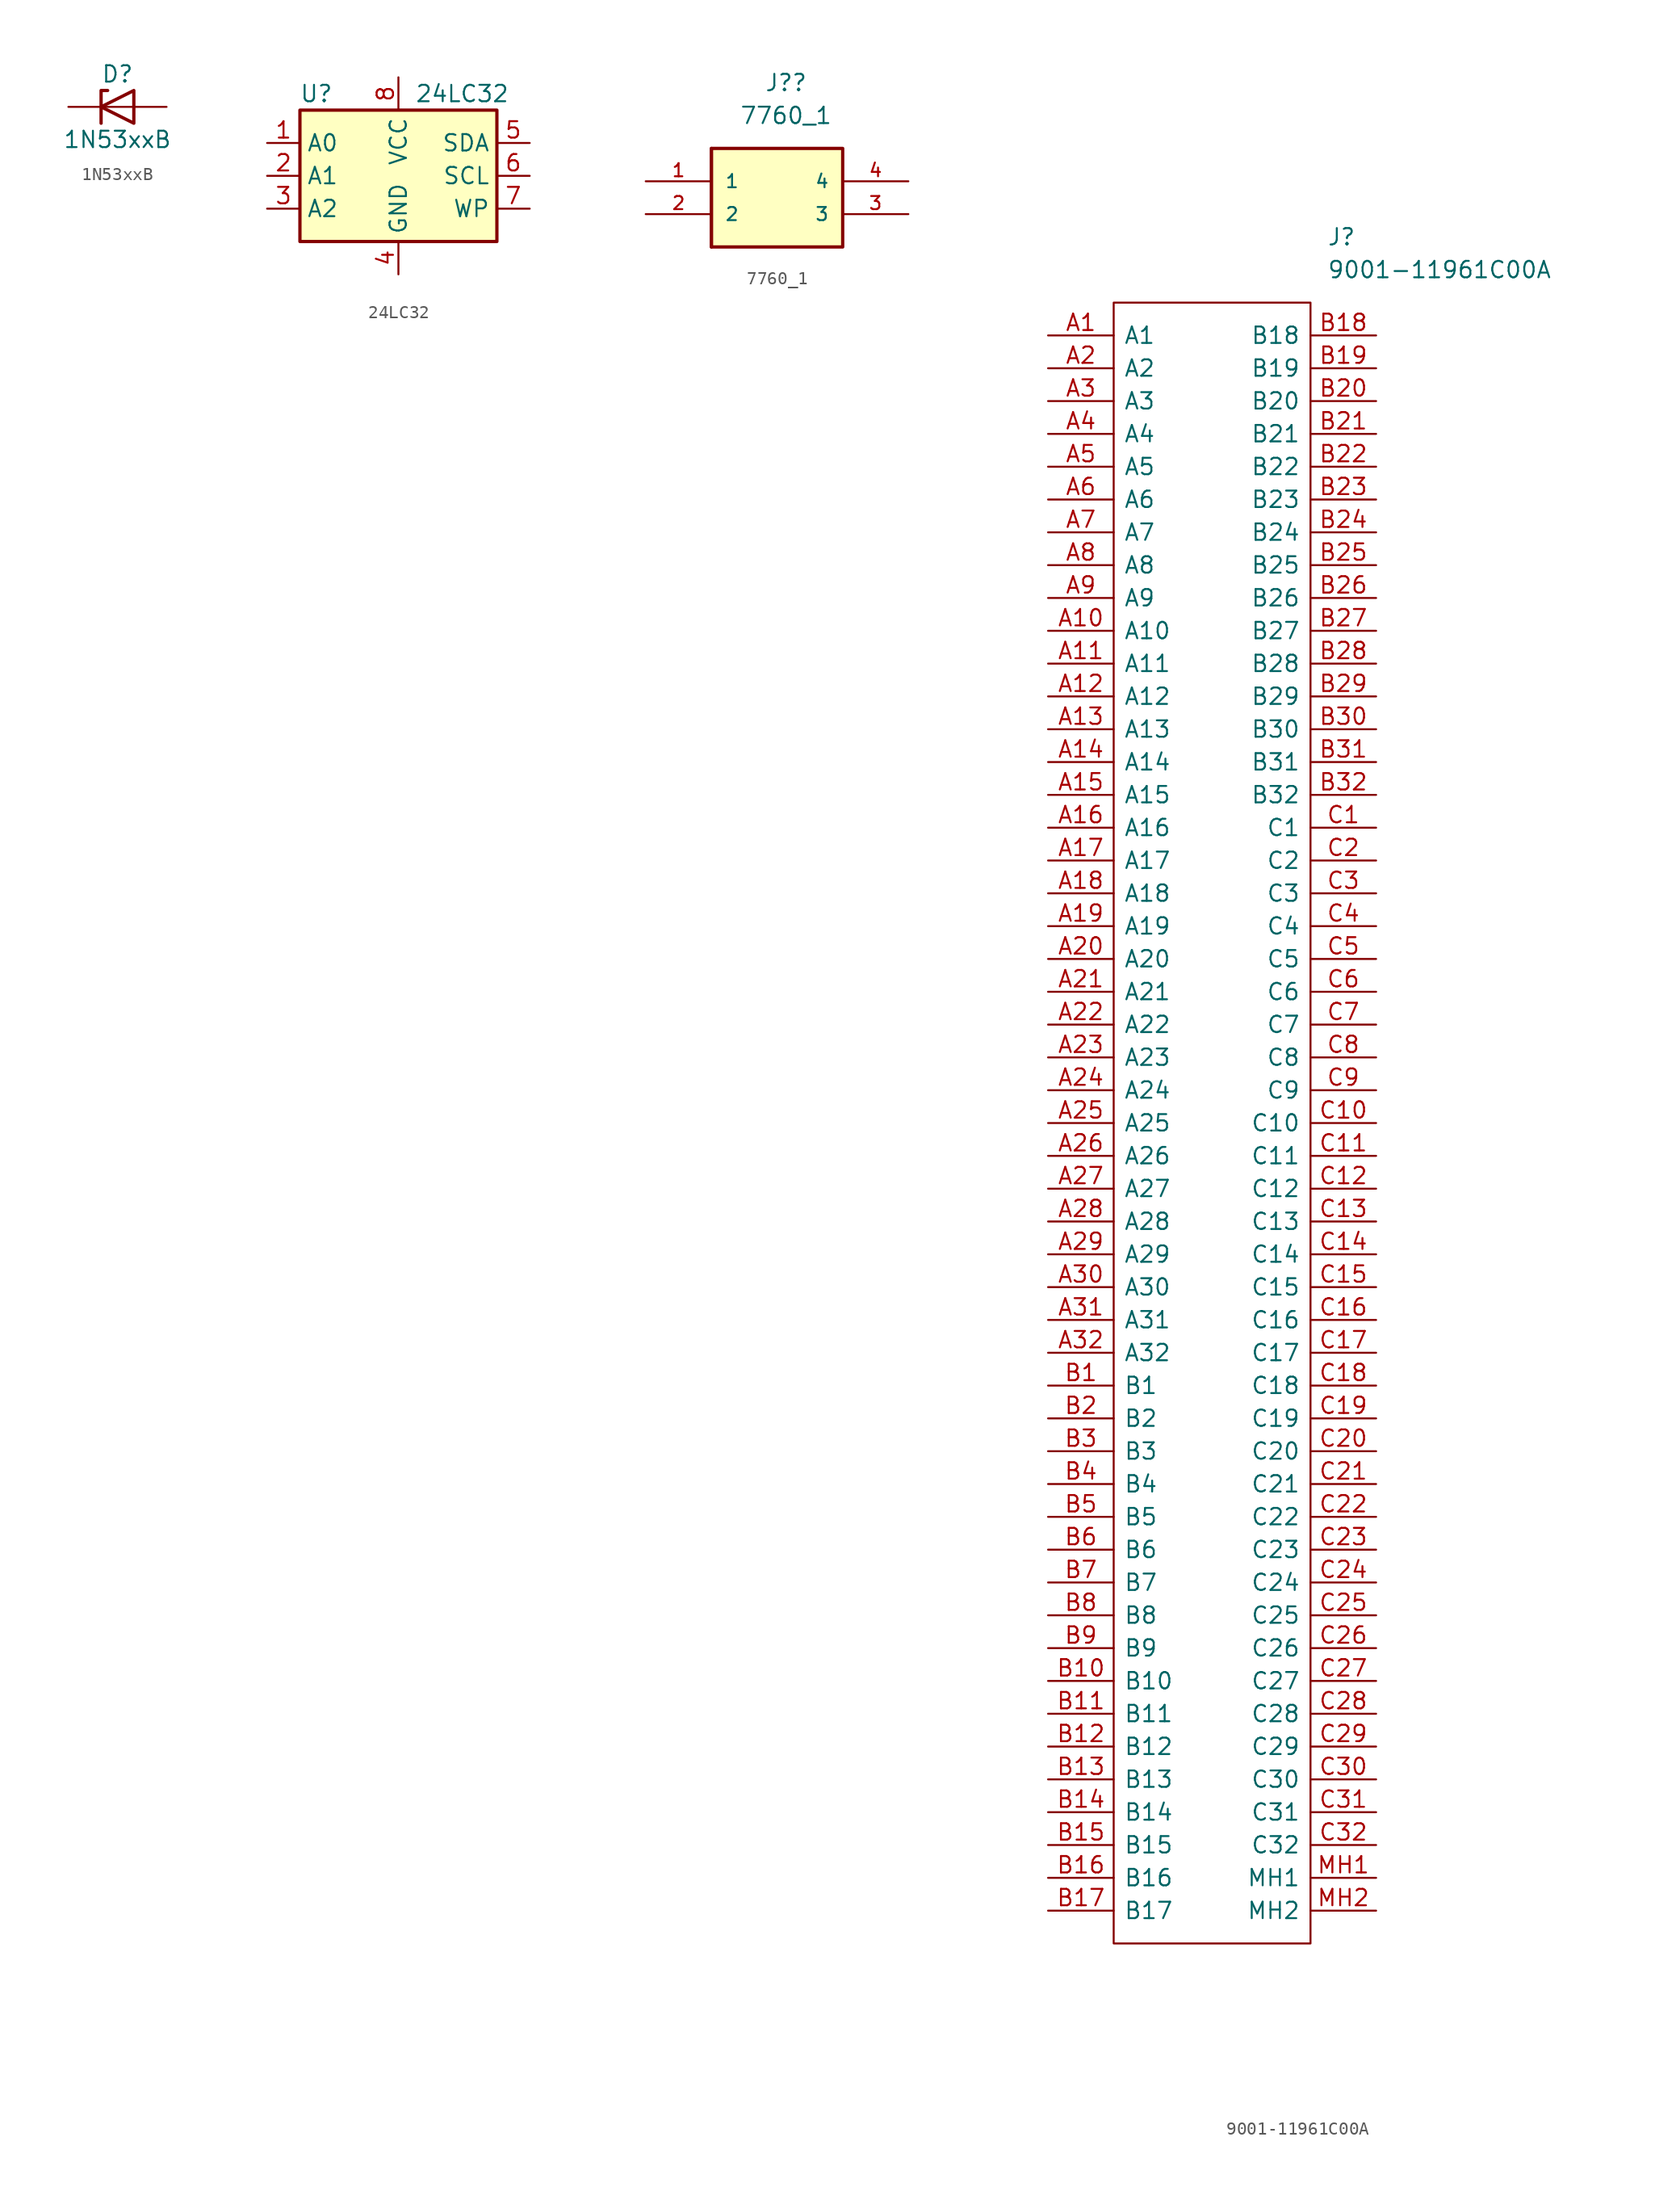
<source format=kicad_sym>
(kicad_symbol_lib
  (version 20220914)
  (generator kicad_symbol_editor)
  (symbol "1N53xxB"
    (pin_numbers hide)
    (pin_names
      (offset 1.016) hide)
    (property "Reference" "D"
      (at 0 2.54 0)
      (effects (font (size 1.27 1.27))))
    (property "Value" "1N53xxB"
      (at 0 -2.54 0)
      (effects (font (size 1.27 1.27))))
    (symbol "1N53xxB_0_1"
      (polyline (pts (xy 1.27 0) (xy -1.27 0)) (stroke (width 0) (type default)) (fill (type none)))
      (polyline (pts (xy -1.27 -1.27) (xy -1.27 1.27) (xy -0.762 1.27)) (stroke (width 0.254) (type default)) (fill (type none)))
      (polyline (pts (xy 1.27 -1.27) (xy 1.27 1.27) (xy -1.27 0) (xy 1.27 -1.27)) (stroke (width 0.254) (type default)) (fill (type none))))
    (symbol "1N53xxB_1_1"
      (pin passive line (at -3.81 0 0) (length 2.54) (name "K" (effects (font (size 1.27 1.27)))) (number "1" (effects (font (size 1.27 1.27)))))
      (pin passive line (at 3.81 0 180) (length 2.54) (name "A" (effects (font (size 1.27 1.27)))) (number "2" (effects (font (size 1.27 1.27)))))))
  (symbol "24LC32"
    (property "Reference" "U"
      (at -6.35 6.35 0)
      (effects (font (size 1.27 1.27))))
    (property "Value" "24LC32"
      (at 1.27 6.35 0)
      (effects (font (size 1.27 1.27)) (justify left)))
    (symbol "24LC32_1_1"
      (rectangle (start -7.62 5.08) (end 7.62 -5.08) (stroke (width 0.254) (type default)) (fill (type background)))
      (pin input line (at -10.16 2.54 0) (length 2.54) (name "A0" (effects (font (size 1.27 1.27)))) (number "1" (effects (font (size 1.27 1.27)))))
      (pin input line (at -10.16 0 0) (length 2.54) (name "A1" (effects (font (size 1.27 1.27)))) (number "2" (effects (font (size 1.27 1.27)))))
      (pin input line (at -10.16 -2.54 0) (length 2.54) (name "A2" (effects (font (size 1.27 1.27)))) (number "3" (effects (font (size 1.27 1.27)))))
      (pin power_in line (at 0 -7.62 90) (length 2.54) (name "GND" (effects (font (size 1.27 1.27)))) (number "4" (effects (font (size 1.27 1.27)))))
      (pin bidirectional line (at 10.16 2.54 180) (length 2.54) (name "SDA" (effects (font (size 1.27 1.27)))) (number "5" (effects (font (size 1.27 1.27)))))
      (pin input line (at 10.16 0 180) (length 2.54) (name "SCL" (effects (font (size 1.27 1.27)))) (number "6" (effects (font (size 1.27 1.27)))))
      (pin input line (at 10.16 -2.54 180) (length 2.54) (name "WP" (effects (font (size 1.27 1.27)))) (number "7" (effects (font (size 1.27 1.27)))))
      (pin power_in line (at 0 7.62 270) (length 2.54) (name "VCC" (effects (font (size 1.27 1.27)))) (number "8" (effects (font (size 1.27 1.27)))))))
  (symbol "7760_1"
    (pin_names
      (offset 1.016))
    (property "Reference" "J?"
      (at 10.858 7.62 0)
      (effects (font (size 1.27 1.27))))
    (property "Value" "7760_1"
      (at 10.858 5.08 0)
      (effects (font (size 1.27 1.27))))
    (property "ki_locked" ""
      (at 0 0 0)
      (effects (font (size 1.27 1.27))))
    (symbol "7760_1_0_0"
      (polyline (pts (xy 5.08 2.54) (xy 5.08 -5.08)) (stroke (width 0.254) (type default)) (fill (type none)))
      (rectangle (start 5.08 -5.08) (end 15.24 2.54) (stroke (width 0.254) (type default)) (fill (type background)))
      (pin bidirectional line (at 0 0 0) (length 5.08) (name "1" (effects (font (size 1.016 1.016)))) (number "1" (effects (font (size 1.016 1.016)))))
      (pin bidirectional line (at 0 -2.54 0) (length 5.08) (name "2" (effects (font (size 1.016 1.016)))) (number "2" (effects (font (size 1.016 1.016)))))
      (pin bidirectional line (at 20.32 -2.54 180) (length 5.08) (name "3" (effects (font (size 1.016 1.016)))) (number "3" (effects (font (size 1.016 1.016)))))
      (pin bidirectional line (at 20.32 0 180) (length 5.08) (name "4" (effects (font (size 1.016 1.016)))) (number "4" (effects (font (size 1.016 1.016)))))))
  (symbol "9001-11961C00A"
    (pin_names
      (offset 0.762))
    (property "Reference" "J"
      (at 21.59 7.62 0)
      (effects (font (size 1.27 1.27)) (justify left)))
    (property "Value" "9001-11961C00A"
      (at 21.59 5.08 0)
      (effects (font (size 1.27 1.27)) (justify left)))
    (symbol "9001-11961C00A_0_0"
      (pin passive line (at 0 0 0) (length 5.08) (name "A1" (effects (font (size 1.27 1.27)))) (number "A1" (effects (font (size 1.27 1.27)))))
      (pin passive line (at 0 -22.86 0) (length 5.08) (name "A10" (effects (font (size 1.27 1.27)))) (number "A10" (effects (font (size 1.27 1.27)))))
      (pin passive line (at 0 -25.4 0) (length 5.08) (name "A11" (effects (font (size 1.27 1.27)))) (number "A11" (effects (font (size 1.27 1.27)))))
      (pin passive line (at 0 -27.94 0) (length 5.08) (name "A12" (effects (font (size 1.27 1.27)))) (number "A12" (effects (font (size 1.27 1.27)))))
      (pin passive line (at 0 -30.48 0) (length 5.08) (name "A13" (effects (font (size 1.27 1.27)))) (number "A13" (effects (font (size 1.27 1.27)))))
      (pin passive line (at 0 -33.02 0) (length 5.08) (name "A14" (effects (font (size 1.27 1.27)))) (number "A14" (effects (font (size 1.27 1.27)))))
      (pin passive line (at 0 -35.56 0) (length 5.08) (name "A15" (effects (font (size 1.27 1.27)))) (number "A15" (effects (font (size 1.27 1.27)))))
      (pin passive line (at 0 -38.1 0) (length 5.08) (name "A16" (effects (font (size 1.27 1.27)))) (number "A16" (effects (font (size 1.27 1.27)))))
      (pin passive line (at 0 -40.64 0) (length 5.08) (name "A17" (effects (font (size 1.27 1.27)))) (number "A17" (effects (font (size 1.27 1.27)))))
      (pin passive line (at 0 -43.18 0) (length 5.08) (name "A18" (effects (font (size 1.27 1.27)))) (number "A18" (effects (font (size 1.27 1.27)))))
      (pin passive line (at 0 -45.72 0) (length 5.08) (name "A19" (effects (font (size 1.27 1.27)))) (number "A19" (effects (font (size 1.27 1.27)))))
      (pin passive line (at 0 -2.54 0) (length 5.08) (name "A2" (effects (font (size 1.27 1.27)))) (number "A2" (effects (font (size 1.27 1.27)))))
      (pin passive line (at 0 -48.26 0) (length 5.08) (name "A20" (effects (font (size 1.27 1.27)))) (number "A20" (effects (font (size 1.27 1.27)))))
      (pin passive line (at 0 -50.8 0) (length 5.08) (name "A21" (effects (font (size 1.27 1.27)))) (number "A21" (effects (font (size 1.27 1.27)))))
      (pin passive line (at 0 -53.34 0) (length 5.08) (name "A22" (effects (font (size 1.27 1.27)))) (number "A22" (effects (font (size 1.27 1.27)))))
      (pin passive line (at 0 -55.88 0) (length 5.08) (name "A23" (effects (font (size 1.27 1.27)))) (number "A23" (effects (font (size 1.27 1.27)))))
      (pin passive line (at 0 -58.42 0) (length 5.08) (name "A24" (effects (font (size 1.27 1.27)))) (number "A24" (effects (font (size 1.27 1.27)))))
      (pin passive line (at 0 -60.96 0) (length 5.08) (name "A25" (effects (font (size 1.27 1.27)))) (number "A25" (effects (font (size 1.27 1.27)))))
      (pin passive line (at 0 -63.5 0) (length 5.08) (name "A26" (effects (font (size 1.27 1.27)))) (number "A26" (effects (font (size 1.27 1.27)))))
      (pin passive line (at 0 -66.04 0) (length 5.08) (name "A27" (effects (font (size 1.27 1.27)))) (number "A27" (effects (font (size 1.27 1.27)))))
      (pin passive line (at 0 -68.58 0) (length 5.08) (name "A28" (effects (font (size 1.27 1.27)))) (number "A28" (effects (font (size 1.27 1.27)))))
      (pin passive line (at 0 -71.12 0) (length 5.08) (name "A29" (effects (font (size 1.27 1.27)))) (number "A29" (effects (font (size 1.27 1.27)))))
      (pin passive line (at 0 -5.08 0) (length 5.08) (name "A3" (effects (font (size 1.27 1.27)))) (number "A3" (effects (font (size 1.27 1.27)))))
      (pin passive line (at 0 -73.66 0) (length 5.08) (name "A30" (effects (font (size 1.27 1.27)))) (number "A30" (effects (font (size 1.27 1.27)))))
      (pin passive line (at 0 -76.2 0) (length 5.08) (name "A31" (effects (font (size 1.27 1.27)))) (number "A31" (effects (font (size 1.27 1.27)))))
      (pin passive line (at 0 -78.74 0) (length 5.08) (name "A32" (effects (font (size 1.27 1.27)))) (number "A32" (effects (font (size 1.27 1.27)))))
      (pin passive line (at 0 -7.62 0) (length 5.08) (name "A4" (effects (font (size 1.27 1.27)))) (number "A4" (effects (font (size 1.27 1.27)))))
      (pin passive line (at 0 -10.16 0) (length 5.08) (name "A5" (effects (font (size 1.27 1.27)))) (number "A5" (effects (font (size 1.27 1.27)))))
      (pin passive line (at 0 -12.7 0) (length 5.08) (name "A6" (effects (font (size 1.27 1.27)))) (number "A6" (effects (font (size 1.27 1.27)))))
      (pin passive line (at 0 -15.24 0) (length 5.08) (name "A7" (effects (font (size 1.27 1.27)))) (number "A7" (effects (font (size 1.27 1.27)))))
      (pin passive line (at 0 -17.78 0) (length 5.08) (name "A8" (effects (font (size 1.27 1.27)))) (number "A8" (effects (font (size 1.27 1.27)))))
      (pin passive line (at 0 -20.32 0) (length 5.08) (name "A9" (effects (font (size 1.27 1.27)))) (number "A9" (effects (font (size 1.27 1.27)))))
      (pin passive line (at 0 -81.28 0) (length 5.08) (name "B1" (effects (font (size 1.27 1.27)))) (number "B1" (effects (font (size 1.27 1.27)))))
      (pin passive line (at 0 -104.14 0) (length 5.08) (name "B10" (effects (font (size 1.27 1.27)))) (number "B10" (effects (font (size 1.27 1.27)))))
      (pin passive line (at 0 -106.68 0) (length 5.08) (name "B11" (effects (font (size 1.27 1.27)))) (number "B11" (effects (font (size 1.27 1.27)))))
      (pin passive line (at 0 -109.22 0) (length 5.08) (name "B12" (effects (font (size 1.27 1.27)))) (number "B12" (effects (font (size 1.27 1.27)))))
      (pin passive line (at 0 -111.76 0) (length 5.08) (name "B13" (effects (font (size 1.27 1.27)))) (number "B13" (effects (font (size 1.27 1.27)))))
      (pin passive line (at 0 -114.3 0) (length 5.08) (name "B14" (effects (font (size 1.27 1.27)))) (number "B14" (effects (font (size 1.27 1.27)))))
      (pin passive line (at 0 -116.84 0) (length 5.08) (name "B15" (effects (font (size 1.27 1.27)))) (number "B15" (effects (font (size 1.27 1.27)))))
      (pin passive line (at 0 -119.38 0) (length 5.08) (name "B16" (effects (font (size 1.27 1.27)))) (number "B16" (effects (font (size 1.27 1.27)))))
      (pin passive line (at 0 -121.92 0) (length 5.08) (name "B17" (effects (font (size 1.27 1.27)))) (number "B17" (effects (font (size 1.27 1.27)))))
      (pin passive line (at 25.4 0 180) (length 5.08) (name "B18" (effects (font (size 1.27 1.27)))) (number "B18" (effects (font (size 1.27 1.27)))))
      (pin passive line (at 25.4 -2.54 180) (length 5.08) (name "B19" (effects (font (size 1.27 1.27)))) (number "B19" (effects (font (size 1.27 1.27)))))
      (pin passive line (at 0 -83.82 0) (length 5.08) (name "B2" (effects (font (size 1.27 1.27)))) (number "B2" (effects (font (size 1.27 1.27)))))
      (pin passive line (at 25.4 -5.08 180) (length 5.08) (name "B20" (effects (font (size 1.27 1.27)))) (number "B20" (effects (font (size 1.27 1.27)))))
      (pin passive line (at 25.4 -7.62 180) (length 5.08) (name "B21" (effects (font (size 1.27 1.27)))) (number "B21" (effects (font (size 1.27 1.27)))))
      (pin passive line (at 25.4 -10.16 180) (length 5.08) (name "B22" (effects (font (size 1.27 1.27)))) (number "B22" (effects (font (size 1.27 1.27)))))
      (pin passive line (at 25.4 -12.7 180) (length 5.08) (name "B23" (effects (font (size 1.27 1.27)))) (number "B23" (effects (font (size 1.27 1.27)))))
      (pin passive line (at 25.4 -15.24 180) (length 5.08) (name "B24" (effects (font (size 1.27 1.27)))) (number "B24" (effects (font (size 1.27 1.27)))))
      (pin passive line (at 25.4 -17.78 180) (length 5.08) (name "B25" (effects (font (size 1.27 1.27)))) (number "B25" (effects (font (size 1.27 1.27)))))
      (pin passive line (at 25.4 -20.32 180) (length 5.08) (name "B26" (effects (font (size 1.27 1.27)))) (number "B26" (effects (font (size 1.27 1.27)))))
      (pin passive line (at 25.4 -22.86 180) (length 5.08) (name "B27" (effects (font (size 1.27 1.27)))) (number "B27" (effects (font (size 1.27 1.27)))))
      (pin passive line (at 25.4 -25.4 180) (length 5.08) (name "B28" (effects (font (size 1.27 1.27)))) (number "B28" (effects (font (size 1.27 1.27)))))
      (pin passive line (at 25.4 -27.94 180) (length 5.08) (name "B29" (effects (font (size 1.27 1.27)))) (number "B29" (effects (font (size 1.27 1.27)))))
      (pin passive line (at 0 -86.36 0) (length 5.08) (name "B3" (effects (font (size 1.27 1.27)))) (number "B3" (effects (font (size 1.27 1.27)))))
      (pin passive line (at 25.4 -30.48 180) (length 5.08) (name "B30" (effects (font (size 1.27 1.27)))) (number "B30" (effects (font (size 1.27 1.27)))))
      (pin passive line (at 25.4 -33.02 180) (length 5.08) (name "B31" (effects (font (size 1.27 1.27)))) (number "B31" (effects (font (size 1.27 1.27)))))
      (pin passive line (at 25.4 -35.56 180) (length 5.08) (name "B32" (effects (font (size 1.27 1.27)))) (number "B32" (effects (font (size 1.27 1.27)))))
      (pin passive line (at 0 -88.9 0) (length 5.08) (name "B4" (effects (font (size 1.27 1.27)))) (number "B4" (effects (font (size 1.27 1.27)))))
      (pin passive line (at 0 -91.44 0) (length 5.08) (name "B5" (effects (font (size 1.27 1.27)))) (number "B5" (effects (font (size 1.27 1.27)))))
      (pin passive line (at 0 -93.98 0) (length 5.08) (name "B6" (effects (font (size 1.27 1.27)))) (number "B6" (effects (font (size 1.27 1.27)))))
      (pin passive line (at 0 -96.52 0) (length 5.08) (name "B7" (effects (font (size 1.27 1.27)))) (number "B7" (effects (font (size 1.27 1.27)))))
      (pin passive line (at 0 -99.06 0) (length 5.08) (name "B8" (effects (font (size 1.27 1.27)))) (number "B8" (effects (font (size 1.27 1.27)))))
      (pin passive line (at 0 -101.6 0) (length 5.08) (name "B9" (effects (font (size 1.27 1.27)))) (number "B9" (effects (font (size 1.27 1.27)))))
      (pin passive line (at 25.4 -38.1 180) (length 5.08) (name "C1" (effects (font (size 1.27 1.27)))) (number "C1" (effects (font (size 1.27 1.27)))))
      (pin passive line (at 25.4 -60.96 180) (length 5.08) (name "C10" (effects (font (size 1.27 1.27)))) (number "C10" (effects (font (size 1.27 1.27)))))
      (pin passive line (at 25.4 -63.5 180) (length 5.08) (name "C11" (effects (font (size 1.27 1.27)))) (number "C11" (effects (font (size 1.27 1.27)))))
      (pin passive line (at 25.4 -66.04 180) (length 5.08) (name "C12" (effects (font (size 1.27 1.27)))) (number "C12" (effects (font (size 1.27 1.27)))))
      (pin passive line (at 25.4 -68.58 180) (length 5.08) (name "C13" (effects (font (size 1.27 1.27)))) (number "C13" (effects (font (size 1.27 1.27)))))
      (pin passive line (at 25.4 -71.12 180) (length 5.08) (name "C14" (effects (font (size 1.27 1.27)))) (number "C14" (effects (font (size 1.27 1.27)))))
      (pin passive line (at 25.4 -73.66 180) (length 5.08) (name "C15" (effects (font (size 1.27 1.27)))) (number "C15" (effects (font (size 1.27 1.27)))))
      (pin passive line (at 25.4 -76.2 180) (length 5.08) (name "C16" (effects (font (size 1.27 1.27)))) (number "C16" (effects (font (size 1.27 1.27)))))
      (pin passive line (at 25.4 -78.74 180) (length 5.08) (name "C17" (effects (font (size 1.27 1.27)))) (number "C17" (effects (font (size 1.27 1.27)))))
      (pin passive line (at 25.4 -81.28 180) (length 5.08) (name "C18" (effects (font (size 1.27 1.27)))) (number "C18" (effects (font (size 1.27 1.27)))))
      (pin passive line (at 25.4 -83.82 180) (length 5.08) (name "C19" (effects (font (size 1.27 1.27)))) (number "C19" (effects (font (size 1.27 1.27)))))
      (pin passive line (at 25.4 -40.64 180) (length 5.08) (name "C2" (effects (font (size 1.27 1.27)))) (number "C2" (effects (font (size 1.27 1.27)))))
      (pin passive line (at 25.4 -86.36 180) (length 5.08) (name "C20" (effects (font (size 1.27 1.27)))) (number "C20" (effects (font (size 1.27 1.27)))))
      (pin passive line (at 25.4 -88.9 180) (length 5.08) (name "C21" (effects (font (size 1.27 1.27)))) (number "C21" (effects (font (size 1.27 1.27)))))
      (pin passive line (at 25.4 -91.44 180) (length 5.08) (name "C22" (effects (font (size 1.27 1.27)))) (number "C22" (effects (font (size 1.27 1.27)))))
      (pin passive line (at 25.4 -93.98 180) (length 5.08) (name "C23" (effects (font (size 1.27 1.27)))) (number "C23" (effects (font (size 1.27 1.27)))))
      (pin passive line (at 25.4 -96.52 180) (length 5.08) (name "C24" (effects (font (size 1.27 1.27)))) (number "C24" (effects (font (size 1.27 1.27)))))
      (pin passive line (at 25.4 -99.06 180) (length 5.08) (name "C25" (effects (font (size 1.27 1.27)))) (number "C25" (effects (font (size 1.27 1.27)))))
      (pin passive line (at 25.4 -101.6 180) (length 5.08) (name "C26" (effects (font (size 1.27 1.27)))) (number "C26" (effects (font (size 1.27 1.27)))))
      (pin passive line (at 25.4 -104.14 180) (length 5.08) (name "C27" (effects (font (size 1.27 1.27)))) (number "C27" (effects (font (size 1.27 1.27)))))
      (pin passive line (at 25.4 -106.68 180) (length 5.08) (name "C28" (effects (font (size 1.27 1.27)))) (number "C28" (effects (font (size 1.27 1.27)))))
      (pin passive line (at 25.4 -109.22 180) (length 5.08) (name "C29" (effects (font (size 1.27 1.27)))) (number "C29" (effects (font (size 1.27 1.27)))))
      (pin passive line (at 25.4 -43.18 180) (length 5.08) (name "C3" (effects (font (size 1.27 1.27)))) (number "C3" (effects (font (size 1.27 1.27)))))
      (pin passive line (at 25.4 -111.76 180) (length 5.08) (name "C30" (effects (font (size 1.27 1.27)))) (number "C30" (effects (font (size 1.27 1.27)))))
      (pin passive line (at 25.4 -114.3 180) (length 5.08) (name "C31" (effects (font (size 1.27 1.27)))) (number "C31" (effects (font (size 1.27 1.27)))))
      (pin passive line (at 25.4 -116.84 180) (length 5.08) (name "C32" (effects (font (size 1.27 1.27)))) (number "C32" (effects (font (size 1.27 1.27)))))
      (pin passive line (at 25.4 -45.72 180) (length 5.08) (name "C4" (effects (font (size 1.27 1.27)))) (number "C4" (effects (font (size 1.27 1.27)))))
      (pin passive line (at 25.4 -48.26 180) (length 5.08) (name "C5" (effects (font (size 1.27 1.27)))) (number "C5" (effects (font (size 1.27 1.27)))))
      (pin passive line (at 25.4 -50.8 180) (length 5.08) (name "C6" (effects (font (size 1.27 1.27)))) (number "C6" (effects (font (size 1.27 1.27)))))
      (pin passive line (at 25.4 -53.34 180) (length 5.08) (name "C7" (effects (font (size 1.27 1.27)))) (number "C7" (effects (font (size 1.27 1.27)))))
      (pin passive line (at 25.4 -55.88 180) (length 5.08) (name "C8" (effects (font (size 1.27 1.27)))) (number "C8" (effects (font (size 1.27 1.27)))))
      (pin passive line (at 25.4 -58.42 180) (length 5.08) (name "C9" (effects (font (size 1.27 1.27)))) (number "C9" (effects (font (size 1.27 1.27)))))
      (pin passive line (at 25.4 -119.38 180) (length 5.08) (name "MH1" (effects (font (size 1.27 1.27)))) (number "MH1" (effects (font (size 1.27 1.27)))))
      (pin passive line (at 25.4 -121.92 180) (length 5.08) (name "MH2" (effects (font (size 1.27 1.27)))) (number "MH2" (effects (font (size 1.27 1.27))))))
    (symbol "9001-11961C00A_0_1"
      (polyline (pts (xy 5.08 2.54) (xy 20.32 2.54) (xy 20.32 -124.46) (xy 5.08 -124.46) (xy 5.08 2.54)) (stroke (width 0.152) (type default)) (fill (type none))))))
</source>
